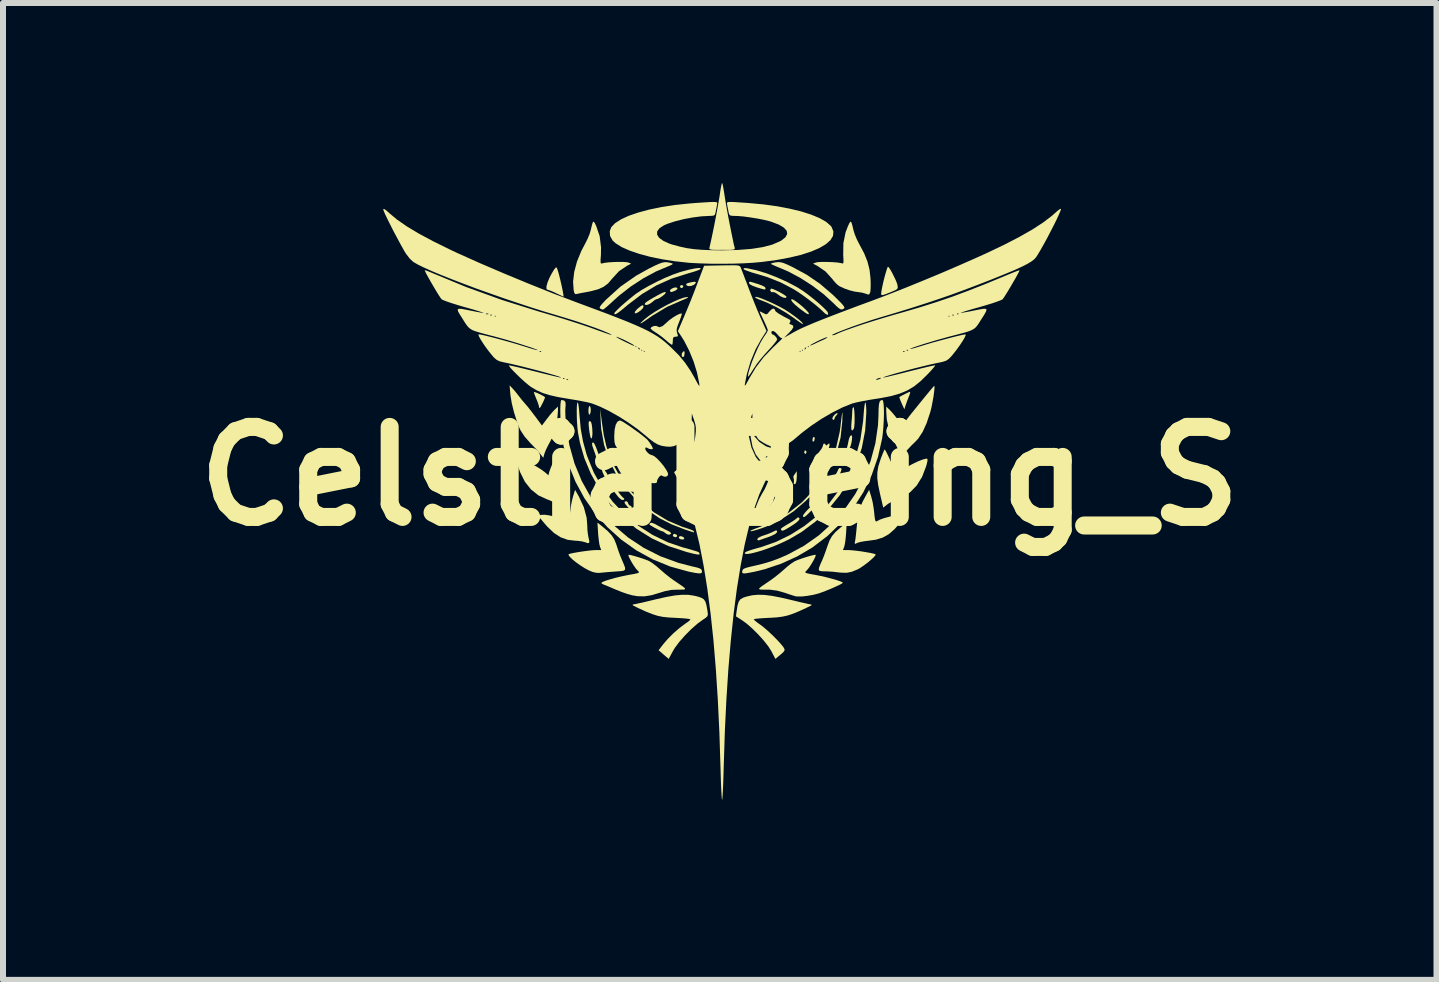
<source format=kicad_pcb>
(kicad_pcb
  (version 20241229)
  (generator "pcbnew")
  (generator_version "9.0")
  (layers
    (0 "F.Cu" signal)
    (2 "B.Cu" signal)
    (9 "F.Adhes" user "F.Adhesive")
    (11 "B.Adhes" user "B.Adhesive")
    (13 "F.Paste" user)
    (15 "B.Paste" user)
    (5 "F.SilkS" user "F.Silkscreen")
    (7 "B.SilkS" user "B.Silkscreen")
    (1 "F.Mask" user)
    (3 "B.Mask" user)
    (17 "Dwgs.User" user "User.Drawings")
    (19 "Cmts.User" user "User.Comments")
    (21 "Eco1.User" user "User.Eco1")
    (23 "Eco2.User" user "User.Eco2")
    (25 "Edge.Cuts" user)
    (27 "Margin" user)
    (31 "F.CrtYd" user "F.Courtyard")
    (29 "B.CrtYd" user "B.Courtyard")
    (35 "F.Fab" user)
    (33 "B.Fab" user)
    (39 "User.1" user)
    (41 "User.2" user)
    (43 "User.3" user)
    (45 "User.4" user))
  (footprint "CelstialBeing_S"
    (layer "F.Cu")
    (at 8.943 4.885)
    (property "Reference" "CelstialBeing_S" (at 0 0 0) (layer "F.SilkS") (effects (font (size 1.5 1.5) (thickness 0.3))))
    (attr board_only exclude_from_pos_files exclude_from_bom)
    (fp_poly (pts (xy -0.716 0.977) (xy -0.709 1) (xy -0.729 1.015) (xy -0.741 1.016) (xy -0.774 1.004) (xy -0.782 0.985) (xy -0.767 0.962) (xy -0.749 0.961)) (stroke (width 0) (type solid)) (fill yes) (layer "F.SilkS"))
    (fp_poly (pts (xy -0.609 -3.175) (xy -0.606 -3.166) (xy -0.619 -3.141) (xy -0.644 -3.135) (xy -0.652 -3.14) (xy -0.664 -3.168) (xy -0.643 -3.184) (xy -0.635 -3.185)) (stroke (width 0) (type solid)) (fill yes) (layer "F.SilkS"))
    (fp_poly (pts (xy 1.444 -0.414) (xy 1.446 -0.401) (xy 1.435 -0.375) (xy 1.426 -0.371) (xy 1.409 -0.387) (xy 1.407 -0.401) (xy 1.417 -0.427) (xy 1.426 -0.43)) (stroke (width 0) (type solid)) (fill yes) (layer "F.SilkS"))
    (fp_poly (pts (xy 1.579 -0.649) (xy 1.583 -0.628) (xy 1.574 -0.59) (xy 1.563 -0.576) (xy 1.548 -0.582) (xy 1.544 -0.603) (xy 1.552 -0.641) (xy 1.563 -0.655)) (stroke (width 0) (type solid)) (fill yes) (layer "F.SilkS"))
    (fp_poly (pts (xy -0.641 1) (xy -0.605 1.014) (xy -0.591 1.035) (xy -0.601 1.052) (xy -0.62 1.055) (xy -0.658 1.049) (xy -0.671 1.042) (xy -0.684 1.014) (xy -0.664 1)) (stroke (width 0) (type solid)) (fill yes) (layer "F.SilkS"))
    (fp_poly (pts (xy -0.587 -2.073) (xy -0.586 -2.047) (xy -0.593 -2.002) (xy -0.609 -1.983) (xy -0.628 -1.994) (xy -0.634 -2.006) (xy -0.631 -2.046) (xy -0.616 -2.069) (xy -0.595 -2.086)) (stroke (width 0) (type solid)) (fill yes) (layer "F.SilkS"))
    (fp_poly (pts (xy 2.076 -0.237) (xy 2.079 -0.207) (xy 2.078 -0.205) (xy 2.056 -0.178) (xy 2.03 -0.184) (xy 2.025 -0.191) (xy 2.025 -0.22) (xy 2.031 -0.233) (xy 2.055 -0.249)) (stroke (width 0) (type solid)) (fill yes) (layer "F.SilkS"))
    (fp_poly (pts (xy 1.686 0.369) (xy 1.687 0.37) (xy 1.694 0.395) (xy 1.669 0.43) (xy 1.667 0.432) (xy 1.635 0.455) (xy 1.615 0.455) (xy 1.615 0.455) (xy 1.617 0.427) (xy 1.635 0.392) (xy 1.663 0.363)) (stroke (width 0) (type solid)) (fill yes) (layer "F.SilkS"))
    (fp_poly (pts (xy -2.156 -1.155) (xy -2.149 -1.113) (xy -2.149 -1.105) (xy -2.154 -1.056) (xy -2.167 -1.027) (xy -2.169 -1.026) (xy -2.182 -1.035) (xy -2.188 -1.076) (xy -2.188 -1.093) (xy -2.184 -1.142) (xy -2.173 -1.17) (xy -2.169 -1.172)) (stroke (width 0) (type solid)) (fill yes) (layer "F.SilkS"))
    (fp_poly (pts (xy -1.942 -0.128) (xy -1.914 -0.097) (xy -1.872 -0.032) (xy -1.847 0.027) (xy -1.844 0.069) (xy -1.85 0.08) (xy -1.871 0.076) (xy -1.902 0.035) (xy -1.926 -0.008) (xy -1.954 -0.07) (xy -1.966 -0.114) (xy -1.962 -0.135)) (stroke (width 0) (type solid)) (fill yes) (layer "F.SilkS"))
    (fp_poly (pts (xy -0.706 -3.137) (xy -0.709 -3.116) (xy -0.739 -3.093) (xy -0.754 -3.087) (xy -0.796 -3.071) (xy -0.816 -3.07) (xy -0.828 -3.083) (xy -0.83 -3.086) (xy -0.824 -3.107) (xy -0.794 -3.129) (xy -0.752 -3.144) (xy -0.734 -3.146)) (stroke (width 0) (type solid)) (fill yes) (layer "F.SilkS"))
    (fp_poly (pts (xy -0.399 -3.234) (xy -0.402 -3.218) (xy -0.429 -3.19) (xy -0.474 -3.171) (xy -0.521 -3.167) (xy -0.553 -3.18) (xy -0.556 -3.183) (xy -0.559 -3.202) (xy -0.538 -3.216) (xy -0.485 -3.23) (xy -0.464 -3.234) (xy -0.417 -3.241)) (stroke (width 0) (type solid)) (fill yes) (layer "F.SilkS"))
    (fp_poly (pts (xy -1.271 -2.838) (xy -1.27 -2.826) (xy -1.283 -2.797) (xy -1.316 -2.764) (xy -1.357 -2.734) (xy -1.394 -2.715) (xy -1.417 -2.716) (xy -1.418 -2.717) (xy -1.412 -2.742) (xy -1.383 -2.778) (xy -1.365 -2.795) (xy -1.313 -2.836) (xy -1.283 -2.85)) (stroke (width 0) (type solid)) (fill yes) (layer "F.SilkS"))
    (fp_poly (pts (xy 1.964 -1.051) (xy 1.96 -1.033) (xy 1.945 -1.016) (xy 1.919 -0.983) (xy 1.915 -0.965) (xy 1.903 -0.94) (xy 1.895 -0.938) (xy 1.877 -0.953) (xy 1.876 -0.964) (xy 1.887 -0.993) (xy 1.914 -1.025) (xy 1.944 -1.048) (xy 1.964 -1.051)) (stroke (width 0) (type solid)) (fill yes) (layer "F.SilkS"))
    (fp_poly (pts (xy -1.531 0.435) (xy -1.524 0.46) (xy -1.508 0.485) (xy -1.495 0.488) (xy -1.471 0.505) (xy -1.465 0.528) (xy -1.467 0.556) (xy -1.477 0.562) (xy -1.502 0.544) (xy -1.541 0.504) (xy -1.578 0.46) (xy -1.587 0.429) (xy -1.584 0.424) (xy -1.556 0.416)) (stroke (width 0) (type solid)) (fill yes) (layer "F.SilkS"))
    (fp_poly (pts (xy -1.395 0.586) (xy -1.355 0.608) (xy -1.307 0.641) (xy -1.26 0.676) (xy -1.225 0.707) (xy -1.211 0.726) (xy -1.224 0.748) (xy -1.26 0.741) (xy -1.319 0.703) (xy -1.336 0.691) (xy -1.391 0.645) (xy -1.419 0.616) (xy -1.424 0.595) (xy -1.414 0.581)) (stroke (width 0) (type solid)) (fill yes) (layer "F.SilkS"))
    (fp_poly (pts (xy 1.282 -0.077) (xy 1.284 -0.043) (xy 1.284 0.008) (xy 1.277 0.085) (xy 1.262 0.125) (xy 1.252 0.133) (xy 1.233 0.129) (xy 1.235 0.102) (xy 1.237 0.058) (xy 1.23 0.037) (xy 1.227 0.001) (xy 1.239 -0.019) (xy 1.267 -0.059) (xy 1.276 -0.078)) (stroke (width 0) (type solid)) (fill yes) (layer "F.SilkS"))
    (fp_poly (pts (xy 1.584 0.481) (xy 1.571 0.514) (xy 1.534 0.564) (xy 1.5 0.6) (xy 1.444 0.654) (xy 1.409 0.68) (xy 1.391 0.678) (xy 1.387 0.659) (xy 1.4 0.634) (xy 1.433 0.593) (xy 1.476 0.547) (xy 1.52 0.504) (xy 1.555 0.475) (xy 1.569 0.469)) (stroke (width 0) (type solid)) (fill yes) (layer "F.SilkS"))
    (fp_poly (pts (xy -2.147 -0.907) (xy -2.134 -0.87) (xy -2.125 -0.801) (xy -2.124 -0.786) (xy -2.121 -0.716) (xy -2.125 -0.663) (xy -2.133 -0.632) (xy -2.144 -0.63) (xy -2.156 -0.657) (xy -2.164 -0.696) (xy -2.174 -0.758) (xy -2.18 -0.806) (xy -2.185 -0.871) (xy -2.183 -0.905) (xy -2.171 -0.918) (xy -2.164 -0.918)) (stroke (width 0) (type solid)) (fill yes) (layer "F.SilkS"))
    (fp_poly (pts (xy -2.107 -0.562) (xy -2.088 -0.54) (xy -2.061 -0.481) (xy -2.026 -0.385) (xy -1.984 -0.256) (xy -1.981 -0.223) (xy -2.001 -0.215) (xy -2.026 -0.233) (xy -2.049 -0.285) (xy -2.053 -0.298) (xy -2.074 -0.368) (xy -2.098 -0.434) (xy -2.102 -0.445) (xy -2.124 -0.509) (xy -2.128 -0.55) (xy -2.113 -0.564)) (stroke (width 0) (type solid)) (fill yes) (layer "F.SilkS"))
    (fp_poly (pts (xy 3.173 -1.391) (xy 3.161 -1.352) (xy 3.153 -1.333) (xy 3.126 -1.264) (xy 3.101 -1.193) (xy 3.099 -1.188) (xy 3.076 -1.115) (xy 3.031 -1.214) (xy 3.008 -1.269) (xy 2.994 -1.307) (xy 2.993 -1.318) (xy 3.017 -1.334) (xy 3.061 -1.357) (xy 3.111 -1.382) (xy 3.152 -1.401) (xy 3.17 -1.407)) (stroke (width 0) (type solid)) (fill yes) (layer "F.SilkS"))
    (fp_poly (pts (xy 1.231 -2.938) (xy 1.279 -2.906) (xy 1.336 -2.862) (xy 1.393 -2.813) (xy 1.443 -2.766) (xy 1.476 -2.729) (xy 1.485 -2.712) (xy 1.48 -2.699) (xy 1.461 -2.703) (xy 1.423 -2.726) (xy 1.363 -2.77) (xy 1.329 -2.796) (xy 1.26 -2.853) (xy 1.213 -2.9) (xy 1.19 -2.934) (xy 1.196 -2.95) (xy 1.202 -2.95)) (stroke (width 0) (type solid)) (fill yes) (layer "F.SilkS"))
    (fp_poly (pts (xy -3.077 -1.4) (xy -3.035 -1.384) (xy -2.986 -1.361) (xy -2.941 -1.337) (xy -2.914 -1.318) (xy -2.911 -1.313) (xy -2.92 -1.289) (xy -2.94 -1.242) (xy -2.96 -1.202) (xy -2.988 -1.15) (xy -3.005 -1.133) (xy -3.009 -1.143) (xy -3.017 -1.182) (xy -3.037 -1.241) (xy -3.057 -1.29) (xy -3.08 -1.347) (xy -3.095 -1.389) (xy -3.097 -1.403)) (stroke (width 0) (type solid)) (fill yes) (layer "F.SilkS"))
    (fp_poly (pts (xy -1.773 0.144) (xy -1.738 0.189) (xy -1.695 0.254) (xy -1.658 0.306) (xy -1.621 0.348) (xy -1.614 0.353) (xy -1.59 0.377) (xy -1.595 0.391) (xy -1.608 0.396) (xy -1.64 0.391) (xy -1.683 0.354) (xy -1.706 0.326) (xy -1.77 0.244) (xy -1.809 0.186) (xy -1.825 0.149) (xy -1.819 0.129) (xy -1.817 0.127) (xy -1.798 0.125)) (stroke (width 0) (type solid)) (fill yes) (layer "F.SilkS"))
    (fp_poly (pts (xy 0.514 -3.239) (xy 0.554 -3.228) (xy 0.624 -3.206) (xy 0.633 -3.204) (xy 0.709 -3.176) (xy 0.753 -3.151) (xy 0.762 -3.135) (xy 0.761 -3.119) (xy 0.753 -3.111) (xy 0.73 -3.114) (xy 0.686 -3.126) (xy 0.611 -3.149) (xy 0.611 -3.149) (xy 0.541 -3.176) (xy 0.499 -3.2) (xy 0.488 -3.216) (xy 0.489 -3.232) (xy 0.495 -3.24)) (stroke (width 0) (type solid)) (fill yes) (layer "F.SilkS"))
    (fp_poly (pts (xy 0.951 0.905) (xy 0.957 0.932) (xy 0.924 0.963) (xy 0.854 0.997) (xy 0.809 1.014) (xy 0.739 1.038) (xy 0.683 1.058) (xy 0.651 1.069) (xy 0.65 1.069) (xy 0.629 1.063) (xy 0.625 1.049) (xy 0.644 1.025) (xy 0.699 0.998) (xy 0.738 0.985) (xy 0.807 0.961) (xy 0.867 0.936) (xy 0.894 0.922) (xy 0.931 0.905)) (stroke (width 0) (type solid)) (fill yes) (layer "F.SilkS"))
    (fp_poly (pts (xy 2.236 -1.135) (xy 2.242 -1.089) (xy 2.246 -1.024) (xy 2.247 -0.951) (xy 2.246 -0.881) (xy 2.241 -0.824) (xy 2.235 -0.793) (xy 2.214 -0.766) (xy 2.203 -0.762) (xy 2.193 -0.781) (xy 2.191 -0.836) (xy 2.195 -0.894) (xy 2.202 -0.973) (xy 2.206 -1.045) (xy 2.208 -1.089) (xy 2.213 -1.132) (xy 2.226 -1.153) (xy 2.227 -1.153)) (stroke (width 0) (type solid)) (fill yes) (layer "F.SilkS"))
    (fp_poly (pts (xy 0.891 -3.117) (xy 0.941 -3.095) (xy 0.999 -3.066) (xy 1.055 -3.034) (xy 1.096 -3.007) (xy 1.114 -2.99) (xy 1.114 -2.989) (xy 1.1 -2.971) (xy 1.064 -2.975) (xy 1.015 -2.997) (xy 0.983 -3.019) (xy 0.94 -3.05) (xy 0.91 -3.065) (xy 0.905 -3.066) (xy 0.859 -3.068) (xy 0.84 -3.094) (xy 0.84 -3.097) (xy 0.851 -3.123) (xy 0.86 -3.126)) (stroke (width 0) (type solid)) (fill yes) (layer "F.SilkS"))
    (fp_poly (pts (xy 2.024 -0.131) (xy 2.029 -0.11) (xy 2.015 -0.069) (xy 1.983 -0.005) (xy 1.933 0.079) (xy 1.863 0.193) (xy 1.809 0.273) (xy 1.77 0.322) (xy 1.744 0.34) (xy 1.73 0.331) (xy 1.736 0.303) (xy 1.761 0.25) (xy 1.802 0.178) (xy 1.846 0.109) (xy 1.896 0.031) (xy 1.937 -0.037) (xy 1.964 -0.086) (xy 1.973 -0.111) (xy 1.989 -0.134) (xy 2.003 -0.137)) (stroke (width 0) (type solid)) (fill yes) (layer "F.SilkS"))
    (fp_poly (pts (xy -0.9 -3.066) (xy -0.899 -3.061) (xy -0.914 -3.036) (xy -0.952 -3.004) (xy -0.998 -2.973) (xy -1.04 -2.953) (xy -1.055 -2.95) (xy -1.08 -2.938) (xy -1.118 -2.908) (xy -1.125 -2.901) (xy -1.17 -2.87) (xy -1.212 -2.854) (xy -1.243 -2.855) (xy -1.25 -2.87) (xy -1.243 -2.885) (xy -1.219 -2.906) (xy -1.172 -2.936) (xy -1.099 -2.979) (xy -1.031 -3.017) (xy -0.96 -3.054) (xy -0.917 -3.069)) (stroke (width 0) (type solid)) (fill yes) (layer "F.SilkS"))
    (fp_poly (pts (xy 1.326 0.698) (xy 1.329 0.713) (xy 1.313 0.739) (xy 1.273 0.775) (xy 1.226 0.808) (xy 1.145 0.859) (xy 1.09 0.891) (xy 1.056 0.906) (xy 1.036 0.907) (xy 1.025 0.897) (xy 1.024 0.897) (xy 1.019 0.884) (xy 1.024 0.871) (xy 1.046 0.853) (xy 1.09 0.825) (xy 1.161 0.783) (xy 1.167 0.78) (xy 1.223 0.745) (xy 1.265 0.716) (xy 1.281 0.702) (xy 1.305 0.684)) (stroke (width 0) (type solid)) (fill yes) (layer "F.SilkS"))
    (fp_poly (pts (xy -1.081 0.795) (xy -1.037 0.82) (xy -0.968 0.858) (xy -0.901 0.893) (xy -0.867 0.908) (xy -0.826 0.931) (xy -0.81 0.953) (xy -0.811 0.957) (xy -0.841 0.976) (xy -0.883 0.965) (xy -0.906 0.948) (xy -0.939 0.924) (xy -0.957 0.918) (xy -0.983 0.91) (xy -1.029 0.888) (xy -1.085 0.859) (xy -1.136 0.83) (xy -1.17 0.808) (xy -1.171 0.807) (xy -1.167 0.79) (xy -1.159 0.78) (xy -1.132 0.776)) (stroke (width 0) (type solid)) (fill yes) (layer "F.SilkS"))
    (fp_poly (pts (xy -0.531 -2.985) (xy -0.531 -2.976) (xy -0.562 -2.959) (xy -0.617 -2.936) (xy -0.625 -2.933) (xy -0.88 -2.821) (xy -1.121 -2.676) (xy -1.159 -2.65) (xy -1.24 -2.593) (xy -1.294 -2.557) (xy -1.321 -2.544) (xy -1.319 -2.553) (xy -1.287 -2.585) (xy -1.25 -2.618) (xy -1.176 -2.676) (xy -1.083 -2.738) (xy -0.979 -2.8) (xy -0.872 -2.858) (xy -0.767 -2.909) (xy -0.673 -2.95) (xy -0.595 -2.977) (xy -0.54 -2.986)) (stroke (width 0) (type solid)) (fill yes) (layer "F.SilkS"))
    (fp_poly (pts (xy 2.199 -0.679) (xy 2.206 -0.651) (xy 2.202 -0.6) (xy 2.191 -0.541) (xy 2.175 -0.49) (xy 2.159 -0.462) (xy 2.141 -0.435) (xy 2.142 -0.424) (xy 2.146 -0.397) (xy 2.134 -0.353) (xy 2.113 -0.309) (xy 2.089 -0.278) (xy 2.078 -0.274) (xy 2.058 -0.284) (xy 2.062 -0.318) (xy 2.08 -0.368) (xy 2.101 -0.42) (xy 2.122 -0.48) (xy 2.138 -0.549) (xy 2.139 -0.557) (xy 2.154 -0.625) (xy 2.173 -0.669) (xy 2.192 -0.683)) (stroke (width 0) (type solid)) (fill yes) (layer "F.SilkS"))
    (fp_poly (pts (xy -2.716 -3.476) (xy -2.703 -3.441) (xy -2.685 -3.382) (xy -2.666 -3.308) (xy -2.646 -3.226) (xy -2.628 -3.145) (xy -2.614 -3.074) (xy -2.605 -3.02) (xy -2.603 -2.993) (xy -2.605 -2.991) (xy -2.623 -3) (xy -2.666 -3.021) (xy -2.726 -3.049) (xy -2.79 -3.079) (xy -2.842 -3.099) (xy -2.87 -3.107) (xy -2.888 -3.122) (xy -2.887 -3.166) (xy -2.869 -3.23) (xy -2.835 -3.311) (xy -2.802 -3.374) (xy -2.761 -3.443) (xy -2.733 -3.477) (xy -2.717 -3.477)) (stroke (width 0) (type solid)) (fill yes) (layer "F.SilkS"))
    (fp_poly (pts (xy 0.641 -2.981) (xy 0.707 -2.958) (xy 0.789 -2.923) (xy 0.879 -2.883) (xy 0.969 -2.839) (xy 1.051 -2.796) (xy 1.101 -2.766) (xy 1.182 -2.713) (xy 1.256 -2.659) (xy 1.319 -2.61) (xy 1.365 -2.569) (xy 1.387 -2.542) (xy 1.387 -2.535) (xy 1.368 -2.543) (xy 1.327 -2.569) (xy 1.269 -2.61) (xy 1.241 -2.632) (xy 1.107 -2.723) (xy 0.956 -2.811) (xy 0.805 -2.885) (xy 0.713 -2.922) (xy 0.645 -2.948) (xy 0.602 -2.97) (xy 0.587 -2.985) (xy 0.602 -2.989)) (stroke (width 0) (type solid)) (fill yes) (layer "F.SilkS"))
    (fp_poly (pts (xy 2.815 -3.482) (xy 2.84 -3.446) (xy 2.871 -3.392) (xy 2.903 -3.328) (xy 2.933 -3.265) (xy 2.954 -3.212) (xy 2.962 -3.181) (xy 2.966 -3.145) (xy 2.958 -3.121) (xy 2.93 -3.102) (xy 2.875 -3.078) (xy 2.859 -3.071) (xy 2.777 -3.038) (xy 2.725 -3.02) (xy 2.698 -3.018) (xy 2.689 -3.034) (xy 2.692 -3.069) (xy 2.699 -3.11) (xy 2.711 -3.171) (xy 2.728 -3.247) (xy 2.748 -3.327) (xy 2.769 -3.4) (xy 2.787 -3.458) (xy 2.8 -3.489) (xy 2.801 -3.492)) (stroke (width 0) (type solid)) (fill yes) (layer "F.SilkS"))
    (fp_poly (pts (xy -0.865 -3.563) (xy -0.814 -3.553) (xy -0.785 -3.542) (xy -0.782 -3.538) (xy -0.798 -3.524) (xy -0.839 -3.505) (xy -0.855 -3.499) (xy -1.062 -3.412) (xy -1.276 -3.296) (xy -1.486 -3.159) (xy -1.68 -3.007) (xy -1.765 -2.93) (xy -1.832 -2.869) (xy -1.888 -2.819) (xy -1.929 -2.786) (xy -1.947 -2.775) (xy -1.976 -2.785) (xy -1.993 -2.794) (xy -2.002 -2.807) (xy -1.993 -2.83) (xy -1.964 -2.868) (xy -1.91 -2.926) (xy -1.885 -2.951) (xy -1.652 -3.161) (xy -1.392 -3.342) (xy -1.182 -3.459) (xy -1.085 -3.507) (xy -1.014 -3.539) (xy -0.962 -3.558) (xy -0.922 -3.566) (xy -0.886 -3.566)) (stroke (width 0) (type solid)) (fill yes) (layer "F.SilkS"))
    (fp_poly (pts (xy 1.02 -3.564) (xy 1.067 -3.551) (xy 1.129 -3.525) (xy 1.211 -3.486) (xy 1.451 -3.356) (xy 1.669 -3.207) (xy 1.877 -3.029) (xy 1.908 -3) (xy 1.986 -2.923) (xy 2.038 -2.869) (xy 2.068 -2.832) (xy 2.078 -2.809) (xy 2.072 -2.796) (xy 2.071 -2.795) (xy 2.043 -2.78) (xy 2.016 -2.78) (xy 1.983 -2.8) (xy 1.936 -2.842) (xy 1.895 -2.883) (xy 1.733 -3.031) (xy 1.546 -3.173) (xy 1.346 -3.302) (xy 1.146 -3.409) (xy 1.032 -3.458) (xy 0.958 -3.489) (xy 0.898 -3.515) (xy 0.86 -3.533) (xy 0.854 -3.537) (xy 0.862 -3.547) (xy 0.899 -3.558) (xy 0.932 -3.563) (xy 0.978 -3.568)) (stroke (width 0) (type solid)) (fill yes) (layer "F.SilkS"))
    (fp_poly (pts (xy -1.963 -0.891) (xy -1.932 -0.683) (xy -1.89 -0.501) (xy -1.835 -0.335) (xy -1.778 -0.201) (xy -1.648 0.033) (xy -1.488 0.248) (xy -1.301 0.44) (xy -1.092 0.605) (xy -0.865 0.741) (xy -0.624 0.843) (xy -0.542 0.869) (xy -0.483 0.889) (xy -0.442 0.908) (xy -0.43 0.92) (xy -0.434 0.937) (xy -0.435 0.937) (xy -0.454 0.93) (xy -0.501 0.915) (xy -0.566 0.893) (xy -0.577 0.89) (xy -0.803 0.802) (xy -1.003 0.7) (xy -1.185 0.577) (xy -1.361 0.425) (xy -1.384 0.403) (xy -1.572 0.195) (xy -1.725 -0.03) (xy -1.845 -0.271) (xy -1.928 -0.524) (xy -1.975 -0.787) (xy -1.983 -0.909) (xy -1.992 -1.123)) (stroke (width 0) (type solid)) (fill yes) (layer "F.SilkS"))
    (fp_poly (pts (xy -0.319 -3.465) (xy -0.317 -3.455) (xy -0.338 -3.441) (xy -0.389 -3.421) (xy -0.462 -3.398) (xy -0.532 -3.378) (xy -0.804 -3.292) (xy -1.055 -3.18) (xy -1.292 -3.038) (xy -1.524 -2.862) (xy -1.554 -2.837) (xy -1.638 -2.767) (xy -1.697 -2.722) (xy -1.735 -2.7) (xy -1.754 -2.7) (xy -1.758 -2.715) (xy -1.744 -2.736) (xy -1.705 -2.776) (xy -1.647 -2.831) (xy -1.576 -2.893) (xy -1.498 -2.959) (xy -1.419 -3.022) (xy -1.393 -3.042) (xy -1.302 -3.103) (xy -1.185 -3.17) (xy -1.052 -3.239) (xy -0.914 -3.304) (xy -0.782 -3.359) (xy -0.665 -3.4) (xy -0.645 -3.406) (xy -0.515 -3.441) (xy -0.416 -3.462) (xy -0.35 -3.47)) (stroke (width 0) (type solid)) (fill yes) (layer "F.SilkS"))
    (fp_poly (pts (xy 0.463 -3.464) (xy 0.61 -3.432) (xy 0.777 -3.381) (xy 0.952 -3.314) (xy 1.124 -3.236) (xy 1.282 -3.153) (xy 1.384 -3.09) (xy 1.458 -3.036) (xy 1.539 -2.973) (xy 1.62 -2.907) (xy 1.693 -2.843) (xy 1.752 -2.787) (xy 1.79 -2.746) (xy 1.798 -2.734) (xy 1.808 -2.7) (xy 1.795 -2.689) (xy 1.764 -2.704) (xy 1.737 -2.728) (xy 1.677 -2.785) (xy 1.594 -2.856) (xy 1.497 -2.932) (xy 1.395 -3.007) (xy 1.298 -3.074) (xy 1.231 -3.116) (xy 1.018 -3.228) (xy 0.795 -3.317) (xy 0.603 -3.375) (xy 0.521 -3.399) (xy 0.453 -3.423) (xy 0.409 -3.442) (xy 0.396 -3.452) (xy 0.403 -3.467) (xy 0.441 -3.467)) (stroke (width 0) (type solid)) (fill yes) (layer "F.SilkS"))
    (fp_poly (pts (xy 1.828 -0.543) (xy 1.829 -0.518) (xy 1.818 -0.468) (xy 1.798 -0.403) (xy 1.773 -0.332) (xy 1.747 -0.267) (xy 1.723 -0.216) (xy 1.706 -0.193) (xy 1.675 -0.154) (xy 1.659 -0.123) (xy 1.637 -0.088) (xy 1.615 -0.08) (xy 1.603 -0.1) (xy 1.602 -0.109) (xy 1.592 -0.13) (xy 1.558 -0.126) (xy 1.512 -0.107) (xy 1.489 -0.092) (xy 1.485 -0.098) (xy 1.497 -0.132) (xy 1.523 -0.188) (xy 1.533 -0.209) (xy 1.575 -0.285) (xy 1.621 -0.357) (xy 1.659 -0.409) (xy 1.661 -0.411) (xy 1.697 -0.458) (xy 1.717 -0.5) (xy 1.719 -0.512) (xy 1.73 -0.542) (xy 1.751 -0.542) (xy 1.765 -0.523) (xy 1.778 -0.51) (xy 1.795 -0.527) (xy 1.818 -0.545)) (stroke (width 0) (type solid)) (fill yes) (layer "F.SilkS"))
    (fp_poly (pts (xy 2.045 -1.033) (xy 2.043 -0.97) (xy 2.041 -0.909) (xy 2.013 -0.643) (xy 1.946 -0.386) (xy 1.844 -0.141) (xy 1.706 0.091) (xy 1.534 0.308) (xy 1.432 0.412) (xy 1.23 0.585) (xy 1.018 0.724) (xy 0.798 0.829) (xy 0.71 0.863) (xy 0.63 0.89) (xy 0.566 0.908) (xy 0.524 0.917) (xy 0.509 0.913) (xy 0.512 0.908) (xy 0.536 0.896) (xy 0.587 0.875) (xy 0.655 0.851) (xy 0.665 0.847) (xy 0.921 0.741) (xy 1.156 0.603) (xy 1.367 0.437) (xy 1.553 0.244) (xy 1.711 0.029) (xy 1.84 -0.208) (xy 1.936 -0.463) (xy 1.998 -0.734) (xy 2.011 -0.824) (xy 2.024 -0.939) (xy 2.034 -1.017) (xy 2.041 -1.057) (xy 2.044 -1.062)) (stroke (width 0) (type solid)) (fill yes) (layer "F.SilkS"))
    (fp_poly (pts (xy -2.349 0.336) (xy -2.265 0.516) (xy -2.218 0.691) (xy -2.208 0.815) (xy -2.205 0.897) (xy -2.196 0.974) (xy -2.187 1.022) (xy -2.173 1.083) (xy -2.177 1.112) (xy -2.202 1.115) (xy -2.237 1.102) (xy -2.291 1.087) (xy -2.363 1.077) (xy -2.403 1.075) (xy -2.533 1.06) (xy -2.651 1.018) (xy -2.763 0.945) (xy -2.875 0.838) (xy -2.923 0.783) (xy -3.03 0.655) (xy -2.975 0.644) (xy -2.916 0.642) (xy -2.834 0.654) (xy -2.74 0.676) (xy -2.648 0.705) (xy -2.604 0.723) (xy -2.559 0.742) (xy -2.531 0.747) (xy -2.514 0.733) (xy -2.504 0.694) (xy -2.496 0.623) (xy -2.492 0.586) (xy -2.48 0.495) (xy -2.46 0.397) (xy -2.446 0.343) (xy -2.411 0.227)) (stroke (width 0) (type solid)) (fill yes) (layer "F.SilkS"))
    (fp_poly (pts (xy 0.047 -4.867) (xy 0.057 -4.818) (xy 0.069 -4.748) (xy 0.076 -4.704) (xy 0.087 -4.633) (xy 0.103 -4.536) (xy 0.124 -4.42) (xy 0.147 -4.295) (xy 0.172 -4.168) (xy 0.196 -4.048) (xy 0.218 -3.942) (xy 0.235 -3.86) (xy 0.247 -3.815) (xy 0.251 -3.796) (xy 0.246 -3.783) (xy 0.226 -3.776) (xy 0.185 -3.772) (xy 0.115 -3.771) (xy 0.039 -3.771) (xy -0.056 -3.771) (xy -0.118 -3.773) (xy -0.154 -3.777) (xy -0.17 -3.786) (xy -0.173 -3.8) (xy -0.17 -3.815) (xy -0.147 -3.916) (xy -0.121 -4.039) (xy -0.093 -4.175) (xy -0.066 -4.314) (xy -0.041 -4.448) (xy -0.02 -4.566) (xy -0.004 -4.66) (xy 0.001 -4.694) (xy 0.013 -4.775) (xy 0.025 -4.838) (xy 0.034 -4.877) (xy 0.039 -4.885)) (stroke (width 0) (type solid)) (fill yes) (layer "F.SilkS"))
    (fp_poly (pts (xy 2.525 0.343) (xy 2.547 0.43) (xy 2.564 0.529) (xy 2.571 0.586) (xy 2.58 0.673) (xy 2.588 0.726) (xy 2.598 0.751) (xy 2.611 0.754) (xy 2.623 0.747) (xy 2.665 0.725) (xy 2.734 0.7) (xy 2.817 0.677) (xy 2.902 0.658) (xy 2.978 0.647) (xy 3.012 0.645) (xy 3.109 0.645) (xy 3.016 0.764) (xy 2.914 0.881) (xy 2.817 0.966) (xy 2.715 1.023) (xy 2.6 1.058) (xy 2.493 1.073) (xy 2.412 1.083) (xy 2.341 1.096) (xy 2.294 1.11) (xy 2.288 1.113) (xy 2.256 1.127) (xy 2.248 1.117) (xy 2.255 1.082) (xy 2.262 1.039) (xy 2.27 0.968) (xy 2.279 0.881) (xy 2.285 0.821) (xy 2.298 0.694) (xy 2.317 0.593) (xy 2.345 0.503) (xy 2.387 0.412) (xy 2.425 0.341) (xy 2.489 0.227)) (stroke (width 0) (type solid)) (fill yes) (layer "F.SilkS"))
    (fp_poly (pts (xy -3.458 -1.468) (xy -3.42 -1.426) (xy -3.373 -1.368) (xy -3.345 -1.332) (xy -3.298 -1.272) (xy -3.251 -1.217) (xy -3.23 -1.193) (xy -3.198 -1.155) (xy -3.15 -1.095) (xy -3.097 -1.025) (xy -3.073 -0.994) (xy -2.963 -0.845) (xy -2.88 -0.955) (xy -2.83 -1.019) (xy -2.781 -1.076) (xy -2.747 -1.112) (xy -2.696 -1.16) (xy -2.696 -1.089) (xy -2.711 -0.904) (xy -2.753 -0.734) (xy -2.818 -0.592) (xy -2.859 -0.516) (xy -2.895 -0.443) (xy -2.918 -0.386) (xy -2.919 -0.383) (xy -2.941 -0.307) (xy -2.992 -0.373) (xy -3.03 -0.419) (xy -3.086 -0.48) (xy -3.149 -0.545) (xy -3.163 -0.56) (xy -3.251 -0.66) (xy -3.316 -0.759) (xy -3.333 -0.792) (xy -3.383 -0.922) (xy -3.429 -1.068) (xy -3.465 -1.214) (xy -3.487 -1.346) (xy -3.49 -1.375) (xy -3.502 -1.514)) (stroke (width 0) (type solid)) (fill yes) (layer "F.SilkS"))
    (fp_poly (pts (xy -2.658 -0.427) (xy -2.638 -0.379) (xy -2.613 -0.314) (xy -2.609 -0.303) (xy -2.569 -0.176) (xy -2.549 -0.056) (xy -2.55 0.069) (xy -2.572 0.21) (xy -2.593 0.306) (xy -2.648 0.523) (xy -2.711 0.47) (xy -2.767 0.433) (xy -2.84 0.399) (xy -2.879 0.385) (xy -3.022 0.319) (xy -3.145 0.221) (xy -3.247 0.092) (xy -3.327 -0.068) (xy -3.362 -0.171) (xy -3.38 -0.239) (xy -3.385 -0.277) (xy -3.377 -0.292) (xy -3.371 -0.293) (xy -3.318 -0.283) (xy -3.241 -0.254) (xy -3.153 -0.213) (xy -3.061 -0.165) (xy -2.977 -0.113) (xy -2.909 -0.063) (xy -2.898 -0.053) (xy -2.855 -0.015) (xy -2.841 -0.071) (xy -2.827 -0.112) (xy -2.803 -0.172) (xy -2.773 -0.242) (xy -2.741 -0.312) (xy -2.711 -0.376) (xy -2.686 -0.424) (xy -2.671 -0.447) (xy -2.668 -0.447)) (stroke (width 0) (type solid)) (fill yes) (layer "F.SilkS"))
    (fp_poly (pts (xy -0.632 -2.71) (xy -0.635 -2.689) (xy -0.65 -2.642) (xy -0.674 -2.578) (xy -0.677 -2.571) (xy -0.705 -2.498) (xy -0.718 -2.448) (xy -0.717 -2.411) (xy -0.709 -2.383) (xy -0.697 -2.343) (xy -0.705 -2.328) (xy -0.734 -2.325) (xy -0.766 -2.32) (xy -0.779 -2.296) (xy -0.782 -2.257) (xy -0.785 -2.212) (xy -0.794 -2.189) (xy -0.796 -2.189) (xy -0.817 -2.201) (xy -0.858 -2.232) (xy -0.899 -2.268) (xy -0.964 -2.322) (xy -1.034 -2.373) (xy -1.07 -2.396) (xy -1.118 -2.428) (xy -1.148 -2.455) (xy -1.153 -2.464) (xy -1.136 -2.486) (xy -1.1 -2.502) (xy -1.062 -2.505) (xy -1.046 -2.499) (xy -1.004 -2.482) (xy -0.952 -2.502) (xy -0.888 -2.558) (xy -0.888 -2.558) (xy -0.843 -2.599) (xy -0.786 -2.641) (xy -0.727 -2.677) (xy -0.675 -2.703) (xy -0.64 -2.712)) (stroke (width 0) (type solid)) (fill yes) (layer "F.SilkS"))
    (fp_poly (pts (xy 3.578 -1.497) (xy 3.578 -1.46) (xy 3.571 -1.399) (xy 3.561 -1.323) (xy 3.546 -1.24) (xy 3.53 -1.157) (xy 3.512 -1.083) (xy 3.506 -1.063) (xy 3.446 -0.882) (xy 3.381 -0.739) (xy 3.309 -0.629) (xy 3.259 -0.575) (xy 3.197 -0.515) (xy 3.13 -0.444) (xy 3.094 -0.403) (xy 3.013 -0.307) (xy 2.999 -0.373) (xy 2.982 -0.421) (xy 2.951 -0.49) (xy 2.912 -0.566) (xy 2.9 -0.586) (xy 2.824 -0.758) (xy 2.783 -0.946) (xy 2.774 -1.087) (xy 2.774 -1.16) (xy 2.825 -1.112) (xy 2.863 -1.072) (xy 2.913 -1.013) (xy 2.96 -0.954) (xy 3.043 -0.843) (xy 3.108 -0.934) (xy 3.136 -0.971) (xy 3.182 -1.031) (xy 3.242 -1.105) (xy 3.309 -1.188) (xy 3.378 -1.273) (xy 3.444 -1.354) (xy 3.502 -1.424) (xy 3.546 -1.476) (xy 3.571 -1.504)) (stroke (width 0) (type solid)) (fill yes) (layer "F.SilkS"))
    (fp_poly (pts (xy 2.757 -0.435) (xy 2.779 -0.395) (xy 2.808 -0.336) (xy 2.84 -0.267) (xy 2.871 -0.196) (xy 2.898 -0.131) (xy 2.915 -0.083) (xy 2.919 -0.071) (xy 2.933 -0.015) (xy 2.976 -0.053) (xy 3.039 -0.102) (xy 3.121 -0.154) (xy 3.212 -0.204) (xy 3.302 -0.247) (xy 3.382 -0.278) (xy 3.441 -0.293) (xy 3.45 -0.293) (xy 3.461 -0.285) (xy 3.461 -0.255) (xy 3.448 -0.198) (xy 3.438 -0.164) (xy 3.372 0.01) (xy 3.281 0.156) (xy 3.167 0.272) (xy 3.031 0.356) (xy 2.941 0.391) (xy 2.873 0.419) (xy 2.805 0.46) (xy 2.793 0.469) (xy 2.724 0.523) (xy 2.669 0.287) (xy 2.64 0.148) (xy 2.625 0.034) (xy 2.626 -0.065) (xy 2.642 -0.163) (xy 2.675 -0.268) (xy 2.687 -0.303) (xy 2.713 -0.37) (xy 2.734 -0.421) (xy 2.746 -0.446) (xy 2.746 -0.447)) (stroke (width 0) (type solid)) (fill yes) (layer "F.SilkS"))
    (fp_poly (pts (xy 2.105 0.948) (xy 2.098 1.034) (xy 2.088 1.111) (xy 2.077 1.165) (xy 2.073 1.177) (xy 2.053 1.231) (xy 2.147 1.231) (xy 2.203 1.234) (xy 2.278 1.242) (xy 2.362 1.253) (xy 2.446 1.267) (xy 2.52 1.28) (xy 2.574 1.293) (xy 2.598 1.302) (xy 2.591 1.321) (xy 2.56 1.356) (xy 2.511 1.401) (xy 2.451 1.45) (xy 2.388 1.496) (xy 2.33 1.535) (xy 2.296 1.553) (xy 2.201 1.592) (xy 2.116 1.609) (xy 2.023 1.607) (xy 1.973 1.602) (xy 1.888 1.592) (xy 1.793 1.586) (xy 1.752 1.585) (xy 1.696 1.583) (xy 1.662 1.576) (xy 1.649 1.557) (xy 1.656 1.52) (xy 1.681 1.457) (xy 1.708 1.397) (xy 1.737 1.326) (xy 1.769 1.238) (xy 1.796 1.159) (xy 1.829 1.071) (xy 1.87 0.998) (xy 1.927 0.931) (xy 2.008 0.859) (xy 2.038 0.835) (xy 2.116 0.773)) (stroke (width 0) (type solid)) (fill yes) (layer "F.SilkS"))
    (fp_poly (pts (xy 2.433 -1.213) (xy 2.439 -1.164) (xy 2.442 -1.094) (xy 2.442 -1.056) (xy 2.423 -0.76) (xy 2.367 -0.471) (xy 2.276 -0.192) (xy 2.152 0.072) (xy 1.997 0.32) (xy 1.812 0.547) (xy 1.6 0.752) (xy 1.362 0.93) (xy 1.154 1.052) (xy 1.048 1.103) (xy 0.935 1.152) (xy 0.82 1.197) (xy 0.709 1.236) (xy 0.607 1.266) (xy 0.522 1.287) (xy 0.458 1.296) (xy 0.423 1.292) (xy 0.419 1.288) (xy 0.419 1.275) (xy 0.436 1.261) (xy 0.477 1.244) (xy 0.545 1.222) (xy 0.645 1.193) (xy 0.684 1.183) (xy 0.933 1.096) (xy 1.177 0.977) (xy 1.41 0.83) (xy 1.622 0.661) (xy 1.805 0.474) (xy 1.811 0.467) (xy 1.997 0.22) (xy 2.147 -0.041) (xy 2.262 -0.316) (xy 2.343 -0.608) (xy 2.389 -0.919) (xy 2.396 -1.012) (xy 2.403 -1.1) (xy 2.411 -1.17) (xy 2.419 -1.216) (xy 2.426 -1.231)) (stroke (width 0) (type solid)) (fill yes) (layer "F.SilkS"))
    (fp_poly (pts (xy -2.087 -4.225) (xy -2.064 -4.181) (xy -2.059 -4.169) (xy -2.001 -4) (xy -1.978 -3.813) (xy -1.98 -3.686) (xy -1.986 -3.61) (xy -1.986 -3.565) (xy -1.98 -3.546) (xy -1.967 -3.544) (xy -1.958 -3.546) (xy -1.915 -3.556) (xy -1.846 -3.564) (xy -1.762 -3.569) (xy -1.675 -3.571) (xy -1.598 -3.57) (xy -1.541 -3.565) (xy -1.524 -3.561) (xy -1.476 -3.542) (xy -1.544 -3.507) (xy -1.679 -3.416) (xy -1.792 -3.293) (xy -1.797 -3.287) (xy -1.861 -3.212) (xy -1.936 -3.156) (xy -2.029 -3.114) (xy -2.15 -3.082) (xy -2.227 -3.067) (xy -2.296 -3.055) (xy -2.354 -3.043) (xy -2.378 -3.037) (xy -2.407 -3.034) (xy -2.423 -3.053) (xy -2.434 -3.097) (xy -2.444 -3.242) (xy -2.425 -3.404) (xy -2.379 -3.576) (xy -2.307 -3.753) (xy -2.246 -3.869) (xy -2.205 -3.95) (xy -2.169 -4.036) (xy -2.149 -4.103) (xy -2.13 -4.184) (xy -2.116 -4.23) (xy -2.103 -4.243)) (stroke (width 0) (type solid)) (fill yes) (layer "F.SilkS"))
    (fp_poly (pts (xy -1.96 0.835) (xy -1.868 0.913) (xy -1.803 0.982) (xy -1.758 1.052) (xy -1.725 1.133) (xy -1.719 1.152) (xy -1.69 1.24) (xy -1.656 1.332) (xy -1.633 1.387) (xy -1.597 1.471) (xy -1.577 1.526) (xy -1.579 1.559) (xy -1.607 1.576) (xy -1.664 1.583) (xy -1.756 1.589) (xy -1.761 1.59) (xy -1.849 1.596) (xy -1.926 1.603) (xy -1.982 1.608) (xy -2 1.611) (xy -2.045 1.611) (xy -2.105 1.599) (xy -2.122 1.594) (xy -2.182 1.569) (xy -2.252 1.531) (xy -2.326 1.484) (xy -2.396 1.434) (xy -2.456 1.385) (xy -2.5 1.342) (xy -2.52 1.311) (xy -2.518 1.3) (xy -2.493 1.291) (xy -2.439 1.279) (xy -2.365 1.266) (xy -2.282 1.253) (xy -2.198 1.242) (xy -2.124 1.234) (xy -2.07 1.231) (xy -2.069 1.231) (xy -1.974 1.231) (xy -1.995 1.177) (xy -2.006 1.133) (xy -2.016 1.063) (xy -2.025 0.979) (xy -2.027 0.948) (xy -2.038 0.773)) (stroke (width 0) (type solid)) (fill yes) (layer "F.SilkS"))
    (fp_poly (pts (xy -2.359 -1.213) (xy -2.351 -1.163) (xy -2.343 -1.09) (xy -2.337 -1.012) (xy -2.316 -0.788) (xy -2.279 -0.582) (xy -2.223 -0.376) (xy -2.207 -0.328) (xy -2.098 -0.059) (xy -1.955 0.193) (xy -1.783 0.426) (xy -1.584 0.637) (xy -1.362 0.822) (xy -1.12 0.978) (xy -0.861 1.103) (xy -0.625 1.183) (xy -0.517 1.213) (xy -0.441 1.235) (xy -0.391 1.25) (xy -0.361 1.261) (xy -0.346 1.271) (xy -0.339 1.28) (xy -0.337 1.286) (xy -0.336 1.3) (xy -0.348 1.306) (xy -0.38 1.303) (xy -0.436 1.292) (xy -0.523 1.27) (xy -0.557 1.261) (xy -0.855 1.164) (xy -1.133 1.035) (xy -1.388 0.875) (xy -1.62 0.685) (xy -1.825 0.466) (xy -2.003 0.221) (xy -2.149 -0.044) (xy -2.255 -0.298) (xy -2.329 -0.553) (xy -2.363 -0.731) (xy -2.372 -0.815) (xy -2.379 -0.909) (xy -2.382 -1.003) (xy -2.383 -1.09) (xy -2.381 -1.162) (xy -2.376 -1.212) (xy -2.367 -1.231) (xy -2.367 -1.231)) (stroke (width 0) (type solid)) (fill yes) (layer "F.SilkS"))
    (fp_poly (pts (xy -2.593 -1.262) (xy -2.571 -1.233) (xy -2.568 -1.178) (xy -2.571 -1.154) (xy -2.574 -1.095) (xy -2.572 -1.011) (xy -2.567 -0.914) (xy -2.561 -0.848) (xy -2.507 -0.522) (xy -2.42 -0.212) (xy -2.3 0.079) (xy -2.149 0.35) (xy -1.968 0.599) (xy -1.76 0.823) (xy -1.526 1.022) (xy -1.268 1.193) (xy -0.987 1.335) (xy -0.685 1.445) (xy -0.46 1.503) (xy -0.38 1.521) (xy -0.332 1.537) (xy -0.307 1.554) (xy -0.297 1.576) (xy -0.297 1.579) (xy -0.297 1.603) (xy -0.312 1.617) (xy -0.346 1.619) (xy -0.405 1.612) (xy -0.496 1.594) (xy -0.518 1.59) (xy -0.825 1.505) (xy -1.116 1.386) (xy -1.389 1.236) (xy -1.642 1.056) (xy -1.872 0.849) (xy -2.078 0.618) (xy -2.256 0.365) (xy -2.404 0.092) (xy -2.521 -0.198) (xy -2.603 -0.503) (xy -2.629 -0.645) (xy -2.639 -0.731) (xy -2.648 -0.829) (xy -2.653 -0.932) (xy -2.656 -1.033) (xy -2.657 -1.125) (xy -2.654 -1.2) (xy -2.648 -1.251) (xy -2.64 -1.27) (xy -2.639 -1.27)) (stroke (width 0) (type solid)) (fill yes) (layer "F.SilkS"))
    (fp_poly (pts (xy 2.191 -4.235) (xy 2.205 -4.196) (xy 2.223 -4.122) (xy 2.227 -4.103) (xy 2.25 -4.029) (xy 2.286 -3.943) (xy 2.324 -3.869) (xy 2.406 -3.714) (xy 2.462 -3.575) (xy 2.496 -3.439) (xy 2.512 -3.297) (xy 2.515 -3.211) (xy 2.514 -3.135) (xy 2.51 -3.08) (xy 2.507 -3.066) (xy 2.493 -3.033) (xy 2.473 -3.026) (xy 2.433 -3.041) (xy 2.37 -3.059) (xy 2.313 -3.067) (xy 2.249 -3.076) (xy 2.165 -3.097) (xy 2.079 -3.127) (xy 2.007 -3.16) (xy 1.984 -3.173) (xy 1.942 -3.208) (xy 1.895 -3.261) (xy 1.874 -3.288) (xy 1.762 -3.412) (xy 1.628 -3.504) (xy 1.622 -3.507) (xy 1.554 -3.542) (xy 1.603 -3.561) (xy 1.643 -3.568) (xy 1.711 -3.571) (xy 1.795 -3.57) (xy 1.881 -3.567) (xy 1.959 -3.561) (xy 2.017 -3.552) (xy 2.035 -3.547) (xy 2.051 -3.544) (xy 2.06 -3.557) (xy 2.062 -3.592) (xy 2.059 -3.656) (xy 2.057 -3.686) (xy 2.06 -3.884) (xy 2.097 -4.065) (xy 2.137 -4.169) (xy 2.161 -4.219) (xy 2.178 -4.242)) (stroke (width 0) (type solid)) (fill yes) (layer "F.SilkS"))
    (fp_poly (pts (xy 2.722 -1.252) (xy 2.73 -1.202) (xy 2.735 -1.127) (xy 2.736 -1.035) (xy 2.733 -0.932) (xy 2.727 -0.826) (xy 2.718 -0.723) (xy 2.707 -0.634) (xy 2.636 -0.319) (xy 2.531 -0.017) (xy 2.392 0.268) (xy 2.222 0.533) (xy 2.023 0.776) (xy 1.796 0.995) (xy 1.544 1.187) (xy 1.291 1.336) (xy 1.025 1.457) (xy 0.753 1.549) (xy 0.582 1.591) (xy 0.489 1.609) (xy 0.428 1.619) (xy 0.392 1.619) (xy 0.376 1.609) (xy 0.374 1.59) (xy 0.375 1.579) (xy 0.383 1.558) (xy 0.403 1.541) (xy 0.445 1.525) (xy 0.513 1.507) (xy 0.567 1.495) (xy 0.72 1.458) (xy 0.851 1.419) (xy 0.975 1.374) (xy 1.11 1.316) (xy 1.132 1.306) (xy 1.403 1.16) (xy 1.654 0.983) (xy 1.88 0.779) (xy 2.082 0.55) (xy 2.256 0.3) (xy 2.4 0.031) (xy 2.513 -0.252) (xy 2.593 -0.547) (xy 2.637 -0.851) (xy 2.645 -1.026) (xy 2.647 -1.129) (xy 2.653 -1.198) (xy 2.664 -1.241) (xy 2.682 -1.263) (xy 2.708 -1.27) (xy 2.711 -1.27)) (stroke (width 0) (type solid)) (fill yes) (layer "F.SilkS"))
    (fp_poly (pts (xy -0.528 1.976) (xy -0.432 1.99) (xy -0.368 2.005) (xy -0.308 2.025) (xy -0.267 2.05) (xy -0.24 2.088) (xy -0.222 2.147) (xy -0.206 2.235) (xy -0.203 2.257) (xy -0.198 2.303) (xy -0.206 2.333) (xy -0.234 2.36) (xy -0.281 2.391) (xy -0.375 2.46) (xy -0.477 2.55) (xy -0.579 2.653) (xy -0.672 2.758) (xy -0.746 2.857) (xy -0.775 2.904) (xy -0.851 3.044) (xy -0.935 2.972) (xy -1.019 2.9) (xy -0.944 2.802) (xy -0.868 2.713) (xy -0.773 2.618) (xy -0.672 2.53) (xy -0.579 2.46) (xy -0.567 2.452) (xy -0.521 2.42) (xy -0.493 2.394) (xy -0.488 2.386) (xy -0.507 2.379) (xy -0.557 2.372) (xy -0.631 2.366) (xy -0.723 2.361) (xy -0.738 2.36) (xy -0.851 2.354) (xy -0.946 2.344) (xy -1.035 2.326) (xy -1.126 2.297) (xy -1.229 2.256) (xy -1.354 2.199) (xy -1.387 2.183) (xy -1.437 2.158) (xy -1.454 2.145) (xy -1.444 2.137) (xy -1.426 2.134) (xy -1.391 2.127) (xy -1.326 2.113) (xy -1.238 2.093) (xy -1.134 2.068) (xy -1.06 2.05) (xy -0.89 2.012) (xy -0.75 1.987) (xy -0.632 1.976)) (stroke (width 0) (type solid)) (fill yes) (layer "F.SilkS"))
    (fp_poly (pts (xy 0.747 1.978) (xy 0.872 1.994) (xy 1.021 2.023) (xy 1.138 2.05) (xy 1.248 2.076) (xy 1.347 2.1) (xy 1.429 2.118) (xy 1.485 2.131) (xy 1.504 2.134) (xy 1.53 2.14) (xy 1.529 2.15) (xy 1.497 2.168) (xy 1.465 2.183) (xy 1.334 2.244) (xy 1.226 2.289) (xy 1.134 2.32) (xy 1.045 2.34) (xy 0.952 2.352) (xy 0.844 2.359) (xy 0.816 2.36) (xy 0.722 2.365) (xy 0.645 2.371) (xy 0.591 2.377) (xy 0.567 2.384) (xy 0.567 2.385) (xy 0.582 2.403) (xy 0.621 2.435) (xy 0.67 2.47) (xy 0.728 2.514) (xy 0.799 2.575) (xy 0.875 2.646) (xy 0.949 2.72) (xy 1.012 2.788) (xy 1.057 2.843) (xy 1.071 2.865) (xy 1.081 2.892) (xy 1.072 2.917) (xy 1.04 2.95) (xy 1.01 2.975) (xy 0.927 3.044) (xy 0.859 2.914) (xy 0.807 2.832) (xy 0.731 2.736) (xy 0.64 2.635) (xy 0.542 2.538) (xy 0.446 2.454) (xy 0.361 2.393) (xy 0.27 2.335) (xy 0.282 2.244) (xy 0.297 2.151) (xy 0.316 2.09) (xy 0.345 2.05) (xy 0.39 2.024) (xy 0.447 2.005) (xy 0.541 1.984) (xy 0.639 1.975)) (stroke (width 0) (type solid)) (fill yes) (layer "F.SilkS"))
    (fp_poly (pts (xy -1.478 1.315) (xy -1.414 1.332) (xy -1.338 1.355) (xy -1.262 1.38) (xy -1.198 1.404) (xy -1.171 1.417) (xy -1.124 1.447) (xy -1.061 1.495) (xy -0.996 1.551) (xy -0.99 1.556) (xy -0.914 1.622) (xy -0.827 1.691) (xy -0.756 1.742) (xy -0.667 1.802) (xy -0.608 1.843) (xy -0.579 1.869) (xy -0.578 1.883) (xy -0.604 1.889) (xy -0.654 1.89) (xy -0.699 1.89) (xy -0.812 1.895) (xy -0.916 1.916) (xy -1 1.942) (xy -1.138 1.983) (xy -1.257 2.002) (xy -1.371 1.999) (xy -1.461 1.984) (xy -1.539 1.962) (xy -1.634 1.929) (xy -1.727 1.892) (xy -1.744 1.885) (xy -1.82 1.852) (xy -1.886 1.824) (xy -1.93 1.807) (xy -1.939 1.803) (xy -1.968 1.787) (xy -1.973 1.778) (xy -1.955 1.763) (xy -1.906 1.743) (xy -1.833 1.72) (xy -1.744 1.695) (xy -1.645 1.671) (xy -1.544 1.65) (xy -1.508 1.643) (xy -1.424 1.628) (xy -1.373 1.617) (xy -1.349 1.607) (xy -1.346 1.595) (xy -1.36 1.58) (xy -1.365 1.575) (xy -1.397 1.54) (xy -1.433 1.489) (xy -1.468 1.432) (xy -1.498 1.377) (xy -1.518 1.334) (xy -1.521 1.311) (xy -1.518 1.309)) (stroke (width 0) (type solid)) (fill yes) (layer "F.SilkS"))
    (fp_poly (pts (xy 1.599 1.324) (xy 1.584 1.361) (xy 1.557 1.413) (xy 1.523 1.47) (xy 1.487 1.524) (xy 1.453 1.566) (xy 1.443 1.575) (xy 1.427 1.592) (xy 1.425 1.604) (xy 1.443 1.614) (xy 1.487 1.625) (xy 1.563 1.639) (xy 1.586 1.643) (xy 1.681 1.662) (xy 1.778 1.684) (xy 1.871 1.709) (xy 1.952 1.732) (xy 2.013 1.753) (xy 2.047 1.769) (xy 2.051 1.775) (xy 2.034 1.789) (xy 1.989 1.813) (xy 1.923 1.844) (xy 1.845 1.878) (xy 1.764 1.911) (xy 1.687 1.94) (xy 1.639 1.956) (xy 1.552 1.978) (xy 1.457 1.994) (xy 1.366 2.004) (xy 1.292 2.004) (xy 1.26 2) (xy 1.224 1.989) (xy 1.162 1.969) (xy 1.088 1.944) (xy 1.075 1.94) (xy 0.954 1.906) (xy 0.838 1.891) (xy 0.777 1.89) (xy 0.711 1.89) (xy 0.67 1.888) (xy 0.654 1.879) (xy 0.665 1.861) (xy 0.704 1.83) (xy 0.774 1.783) (xy 0.834 1.742) (xy 0.913 1.685) (xy 1 1.616) (xy 1.069 1.556) (xy 1.133 1.5) (xy 1.196 1.451) (xy 1.246 1.419) (xy 1.249 1.417) (xy 1.3 1.395) (xy 1.37 1.37) (xy 1.447 1.345) (xy 1.52 1.324) (xy 1.576 1.311) (xy 1.596 1.309)) (stroke (width 0) (type solid)) (fill yes) (layer "F.SilkS"))
    (fp_poly (pts (xy -1.653 -0.926) (xy -1.617 -0.908) (xy -1.558 -0.871) (xy -1.485 -0.822) (xy -1.406 -0.766) (xy -1.33 -0.71) (xy -1.264 -0.658) (xy -1.216 -0.618) (xy -1.202 -0.603) (xy -1.166 -0.556) (xy -1.135 -0.507) (xy -1.116 -0.469) (xy -1.114 -0.459) (xy -1.129 -0.45) (xy -1.162 -0.452) (xy -1.196 -0.464) (xy -1.205 -0.471) (xy -1.229 -0.481) (xy -1.241 -0.469) (xy -1.238 -0.44) (xy -1.213 -0.404) (xy -1.176 -0.37) (xy -1.138 -0.352) (xy -1.13 -0.352) (xy -1.095 -0.336) (xy -1.046 -0.296) (xy -0.992 -0.24) (xy -0.939 -0.176) (xy -0.895 -0.112) (xy -0.866 -0.059) (xy -0.86 -0.031) (xy -0.875 -0.001) (xy -0.911 0.01) (xy -0.949 -0.001) (xy -0.952 -0.004) (xy -0.977 -0.015) (xy -1.003 0.003) (xy -1.017 0.021) (xy -1.041 0.062) (xy -1.046 0.093) (xy -1.054 0.11) (xy -1.088 0.117) (xy -1.134 0.114) (xy -1.182 0.1) (xy -1.207 0.087) (xy -1.25 0.07) (xy -1.293 0.07) (xy -1.323 0.085) (xy -1.329 0.099) (xy -1.347 0.112) (xy -1.4 0.112) (xy -1.479 0.1) (xy -1.543 0.069) (xy -1.603 0.01) (xy -1.658 -0.067) (xy -1.702 -0.147) (xy -1.735 -0.224) (xy -1.754 -0.291) (xy -1.757 -0.341) (xy -1.741 -0.368) (xy -1.729 -0.371) (xy -1.696 -0.385) (xy -1.689 -0.42) (xy -1.708 -0.467) (xy -1.718 -0.481) (xy -1.741 -0.52) (xy -1.754 -0.569) (xy -1.758 -0.641) (xy -1.758 -0.669) (xy -1.752 -0.775) (xy -1.734 -0.856) (xy -1.706 -0.908) (xy -1.67 -0.928)) (stroke (width 0) (type solid)) (fill yes) (layer "F.SilkS"))
    (fp_poly (pts (xy 0.569 -0.675) (xy 0.66 -0.571) (xy 0.771 -0.498) (xy 0.894 -0.458) (xy 0.931 -0.453) (xy 0.992 -0.447) (xy 1.023 -0.438) (xy 1.033 -0.421) (xy 1.03 -0.393) (xy 1.017 -0.346) (xy 0.993 -0.282) (xy 0.976 -0.24) (xy 0.951 -0.179) (xy 0.942 -0.135) (xy 0.947 -0.094) (xy 0.957 -0.059) (xy 0.979 -0.004) (xy 1.003 0.035) (xy 1.009 0.042) (xy 1.034 0.082) (xy 1.026 0.126) (xy 0.988 0.159) (xy 0.955 0.18) (xy 0.953 0.21) (xy 0.96 0.231) (xy 0.969 0.274) (xy 0.95 0.304) (xy 0.94 0.312) (xy 0.91 0.353) (xy 0.895 0.4) (xy 0.886 0.434) (xy 0.862 0.467) (xy 0.816 0.506) (xy 0.752 0.55) (xy 0.671 0.603) (xy 0.617 0.633) (xy 0.586 0.641) (xy 0.575 0.627) (xy 0.578 0.594) (xy 0.579 0.591) (xy 0.61 0.492) (xy 0.653 0.387) (xy 0.702 0.295) (xy 0.712 0.278) (xy 0.749 0.215) (xy 0.779 0.15) (xy 0.784 0.137) (xy 0.805 0.087) (xy 0.883 0.087) (xy 0.886 0.126) (xy 0.909 0.137) (xy 0.932 0.124) (xy 0.934 0.087) (xy 0.923 0.05) (xy 0.909 0.038) (xy 0.892 0.055) (xy 0.883 0.087) (xy 0.805 0.087) (xy 0.811 0.073) (xy 0.843 0.016) (xy 0.844 0.016) (xy 0.866 -0.023) (xy 0.87 -0.059) (xy 0.857 -0.112) (xy 0.855 -0.117) (xy 0.835 -0.169) (xy 0.813 -0.189) (xy 0.796 -0.188) (xy 0.76 -0.197) (xy 0.706 -0.235) (xy 0.676 -0.263) (xy 0.638 -0.312) (xy 0.766 -0.312) (xy 0.786 -0.275) (xy 0.794 -0.262) (xy 0.825 -0.231) (xy 0.846 -0.235) (xy 0.851 -0.27) (xy 0.847 -0.289) (xy 0.823 -0.324) (xy 0.799 -0.332) (xy 0.77 -0.329) (xy 0.766 -0.312) (xy 0.638 -0.312) (xy 0.601 -0.361) (xy 0.547 -0.487) (xy 0.516 -0.645) (xy 0.513 -0.674) (xy 0.503 -0.772)) (stroke (width 0) (type solid)) (fill yes) (layer "F.SilkS"))
    (fp_poly (pts (xy 0.246 -4.568) (xy 0.335 -4.562) (xy 0.458 -4.554) (xy 0.492 -4.551) (xy 0.73 -4.529) (xy 0.956 -4.498) (xy 1.166 -4.458) (xy 1.357 -4.412) (xy 1.523 -4.359) (xy 1.663 -4.301) (xy 1.772 -4.239) (xy 1.847 -4.174) (xy 1.864 -4.152) (xy 1.894 -4.077) (xy 1.887 -4.004) (xy 1.844 -3.933) (xy 1.768 -3.866) (xy 1.66 -3.802) (xy 1.522 -3.743) (xy 1.356 -3.689) (xy 1.164 -3.643) (xy 0.948 -3.603) (xy 0.709 -3.571) (xy 0.561 -3.557) (xy 0.407 -3.548) (xy 0.227 -3.542) (xy 0.034 -3.54) (xy -0.16 -3.541) (xy -0.342 -3.547) (xy -0.501 -3.555) (xy -0.528 -3.558) (xy -0.751 -3.582) (xy -0.965 -3.616) (xy -1.164 -3.657) (xy -1.345 -3.706) (xy -1.503 -3.76) (xy -1.634 -3.818) (xy -1.733 -3.88) (xy -1.786 -3.928) (xy -1.828 -4.004) (xy -1.833 -4.083) (xy -1.806 -4.152) (xy -1.743 -4.217) (xy -1.645 -4.28) (xy -1.515 -4.34) (xy -1.357 -4.394) (xy -1.174 -4.443) (xy -0.97 -4.485) (xy -0.748 -4.519) (xy -0.512 -4.544) (xy -0.414 -4.552) (xy -0.283 -4.561) (xy -0.186 -4.567) (xy -0.119 -4.57) (xy -0.075 -4.569) (xy -0.051 -4.565) (xy -0.042 -4.555) (xy -0.042 -4.54) (xy -0.046 -4.519) (xy -0.047 -4.513) (xy -0.06 -4.447) (xy -0.07 -4.396) (xy -0.079 -4.362) (xy -0.097 -4.344) (xy -0.134 -4.338) (xy -0.182 -4.337) (xy -0.309 -4.33) (xy -0.454 -4.311) (xy -0.603 -4.283) (xy -0.745 -4.247) (xy -0.868 -4.207) (xy -0.929 -4.181) (xy -1.004 -4.132) (xy -1.042 -4.08) (xy -1.044 -4.026) (xy -1.01 -3.972) (xy -0.941 -3.922) (xy -0.838 -3.875) (xy -0.782 -3.857) (xy -0.662 -3.825) (xy -0.546 -3.8) (xy -0.425 -3.783) (xy -0.291 -3.772) (xy -0.135 -3.766) (xy 0.039 -3.764) (xy 0.302 -3.77) (xy 0.528 -3.788) (xy 0.72 -3.818) (xy 0.878 -3.86) (xy 1.004 -3.915) (xy 1.028 -3.928) (xy 1.095 -3.982) (xy 1.124 -4.037) (xy 1.115 -4.09) (xy 1.068 -4.142) (xy 0.985 -4.192) (xy 0.864 -4.238) (xy 0.829 -4.249) (xy 0.741 -4.271) (xy 0.63 -4.293) (xy 0.511 -4.312) (xy 0.396 -4.328) (xy 0.299 -4.336) (xy 0.26 -4.337) (xy 0.201 -4.339) (xy 0.169 -4.347) (xy 0.155 -4.368) (xy 0.148 -4.396) (xy 0.135 -4.462) (xy 0.125 -4.513) (xy 0.121 -4.536) (xy 0.119 -4.552) (xy 0.126 -4.563) (xy 0.146 -4.569) (xy 0.185 -4.57)) (stroke (width 0) (type solid)) (fill yes) (layer "F.SilkS"))
    (fp_poly (pts (xy -5.564 -4.435) (xy -5.507 -4.385) (xy -5.502 -4.38) (xy -5.376 -4.275) (xy -5.213 -4.162) (xy -5.013 -4.042) (xy -4.776 -3.915) (xy -4.504 -3.781) (xy -4.377 -3.721) (xy -3.998 -3.551) (xy -3.594 -3.378) (xy -3.181 -3.207) (xy -2.771 -3.043) (xy -2.378 -2.894) (xy -2.351 -2.884) (xy -2.101 -2.791) (xy -1.884 -2.71) (xy -1.698 -2.638) (xy -1.539 -2.575) (xy -1.404 -2.518) (xy -1.289 -2.467) (xy -1.191 -2.419) (xy -1.108 -2.373) (xy -1.035 -2.328) (xy -0.969 -2.282) (xy -0.907 -2.232) (xy -0.847 -2.179) (xy -0.815 -2.149) (xy -0.683 -2.018) (xy -0.577 -1.89) (xy -0.484 -1.752) (xy -0.415 -1.631) (xy -0.376 -1.558) (xy -0.352 -1.517) (xy -0.341 -1.504) (xy -0.339 -1.517) (xy -0.343 -1.554) (xy -0.345 -1.563) (xy -0.38 -1.731) (xy -0.436 -1.912) (xy -0.509 -2.091) (xy -0.593 -2.255) (xy -0.642 -2.333) (xy -0.698 -2.416) (xy -0.59 -2.669) (xy -0.542 -2.784) (xy -0.486 -2.92) (xy -0.43 -3.062) (xy -0.38 -3.193) (xy -0.372 -3.214) (xy -0.261 -3.507) (xy 0.036 -3.513) (xy 0.149 -3.514) (xy 0.23 -3.515) (xy 0.284 -3.513) (xy 0.317 -3.508) (xy 0.335 -3.499) (xy 0.346 -3.485) (xy 0.351 -3.473) (xy 0.364 -3.44) (xy 0.388 -3.378) (xy 0.42 -3.294) (xy 0.458 -3.196) (xy 0.48 -3.136) (xy 0.527 -3.014) (xy 0.579 -2.883) (xy 0.63 -2.758) (xy 0.675 -2.653) (xy 0.685 -2.631) (xy 0.779 -2.42) (xy 0.693 -2.287) (xy 0.596 -2.112) (xy 0.514 -1.913) (xy 0.452 -1.703) (xy 0.422 -1.553) (xy 0.417 -1.52) (xy 0.42 -1.509) (xy 0.434 -1.525) (xy 0.459 -1.569) (xy 0.48 -1.607) (xy 2.603 -1.607) (xy 2.617 -1.605) (xy 2.653 -1.616) (xy 2.667 -1.622) (xy 2.689 -1.635) (xy 2.677 -1.64) (xy 2.635 -1.63) (xy 2.618 -1.622) (xy 2.603 -1.607) (xy 0.48 -1.607) (xy 0.493 -1.632) (xy 0.603 -1.815) (xy 0.731 -1.982) (xy 0.826 -2.081) (xy 1.329 -2.081) (xy 1.338 -2.071) (xy 1.348 -2.081) (xy 1.345 -2.084) (xy 3.055 -2.084) (xy 3.057 -2.072) (xy 3.068 -2.071) (xy 3.084 -2.078) (xy 3.081 -2.084) (xy 3.057 -2.086) (xy 3.055 -2.084) (xy 1.345 -2.084) (xy 1.338 -2.091) (xy 1.329 -2.081) (xy 0.826 -2.081) (xy 0.844 -2.1) (xy 1.368 -2.1) (xy 1.377 -2.091) (xy 1.387 -2.1) (xy 1.384 -2.104) (xy 3.113 -2.104) (xy 3.116 -2.092) (xy 3.126 -2.091) (xy 3.142 -2.098) (xy 3.139 -2.104) (xy 3.116 -2.106) (xy 3.113 -2.104) (xy 1.384 -2.104) (xy 1.377 -2.11) (xy 1.368 -2.1) (xy 0.844 -2.1) (xy 0.855 -2.111) (xy 1.412 -2.111) (xy 1.414 -2.11) (xy 1.432 -2.124) (xy 1.436 -2.13) (xy 1.441 -2.148) (xy 1.438 -2.149) (xy 1.421 -2.135) (xy 1.417 -2.13) (xy 1.412 -2.111) (xy 0.855 -2.111) (xy 0.887 -2.145) (xy 0.902 -2.159) (xy 1.465 -2.159) (xy 1.475 -2.149) (xy 1.485 -2.159) (xy 1.475 -2.169) (xy 1.465 -2.159) (xy 0.902 -2.159) (xy 0.913 -2.17) (xy 0.922 -2.178) (xy 1.504 -2.178) (xy 1.52 -2.18) (xy 1.558 -2.196) (xy 1.578 -2.205) (xy 1.648 -2.239) (xy 1.721 -2.271) (xy 1.727 -2.274) (xy 1.771 -2.296) (xy 1.793 -2.313) (xy 1.793 -2.317) (xy 1.772 -2.313) (xy 1.728 -2.296) (xy 1.67 -2.27) (xy 1.608 -2.24) (xy 1.553 -2.211) (xy 1.515 -2.189) (xy 1.504 -2.178) (xy 0.922 -2.178) (xy 0.972 -2.226) (xy 1.017 -2.269) (xy 1.041 -2.294) (xy 1.043 -2.299) (xy 1.018 -2.305) (xy 0.984 -2.336) (xy 0.968 -2.355) (xy 0.926 -2.4) (xy 0.889 -2.421) (xy 0.865 -2.415) (xy 0.86 -2.393) (xy 0.87 -2.367) (xy 0.878 -2.364) (xy 0.909 -2.349) (xy 0.94 -2.317) (xy 0.957 -2.283) (xy 0.957 -2.28) (xy 0.945 -2.256) (xy 0.911 -2.212) (xy 0.864 -2.156) (xy 0.848 -2.139) (xy 0.751 -2.033) (xy 0.676 -1.945) (xy 0.615 -1.867) (xy 0.563 -1.789) (xy 0.538 -1.749) (xy 0.505 -1.697) (xy 0.48 -1.665) (xy 0.469 -1.66) (xy 0.469 -1.662) (xy 0.478 -1.722) (xy 0.503 -1.807) (xy 0.538 -1.909) (xy 0.582 -2.018) (xy 0.63 -2.127) (xy 0.678 -2.225) (xy 0.724 -2.304) (xy 0.741 -2.33) (xy 0.776 -2.38) (xy 0.797 -2.419) (xy 0.801 -2.432) (xy 0.793 -2.459) (xy 0.772 -2.51) (xy 0.742 -2.577) (xy 0.733 -2.596) (xy 0.701 -2.663) (xy 0.677 -2.715) (xy 0.665 -2.743) (xy 0.664 -2.746) (xy 0.679 -2.742) (xy 0.716 -2.724) (xy 0.724 -2.72) (xy 0.765 -2.699) (xy 0.79 -2.702) (xy 0.816 -2.731) (xy 0.823 -2.74) (xy 0.86 -2.778) (xy 0.894 -2.794) (xy 0.915 -2.784) (xy 0.918 -2.77) (xy 0.934 -2.744) (xy 0.984 -2.708) (xy 1.067 -2.66) (xy 1.12 -2.633) (xy 1.166 -2.608) (xy 1.18 -2.588) (xy 1.171 -2.567) (xy 1.158 -2.543) (xy 1.179 -2.53) (xy 1.189 -2.527) (xy 1.222 -2.51) (xy 1.226 -2.482) (xy 1.2 -2.439) (xy 1.152 -2.387) (xy 1.073 -2.308) (xy 1.225 -2.395) (xy 1.288 -2.429) (xy 1.366 -2.467) (xy 1.461 -2.509) (xy 1.576 -2.558) (xy 1.714 -2.613) (xy 1.877 -2.677) (xy 2.069 -2.75) (xy 2.292 -2.834) (xy 2.54 -2.925) (xy 2.801 -3.024) (xy 3.086 -3.136) (xy 3.388 -3.259) (xy 3.696 -3.387) (xy 4 -3.518) (xy 4.292 -3.647) (xy 4.455 -3.721) (xy 4.742 -3.858) (xy 4.993 -3.988) (xy 5.209 -4.111) (xy 5.389 -4.228) (xy 5.531 -4.336) (xy 5.581 -4.38) (xy 5.63 -4.424) (xy 5.667 -4.451) (xy 5.685 -4.455) (xy 5.686 -4.452) (xy 5.677 -4.42) (xy 5.651 -4.36) (xy 5.614 -4.279) (xy 5.566 -4.182) (xy 5.512 -4.077) (xy 5.456 -3.969) (xy 5.399 -3.865) (xy 5.346 -3.771) (xy 5.3 -3.694) (xy 5.271 -3.649) (xy 5.241 -3.615) (xy 5.194 -3.579) (xy 5.128 -3.539) (xy 5.038 -3.493) (xy 4.922 -3.44) (xy 4.777 -3.379) (xy 4.6 -3.307) (xy 4.523 -3.276) (xy 4.288 -3.185) (xy 4.069 -3.102) (xy 3.857 -3.024) (xy 3.645 -2.951) (xy 3.426 -2.878) (xy 3.192 -2.803) (xy 2.935 -2.724) (xy 2.651 -2.639) (xy 2.546 -2.607) (xy 2.432 -2.569) (xy 2.316 -2.53) (xy 2.203 -2.49) (xy 2.098 -2.451) (xy 2.007 -2.416) (xy 1.935 -2.386) (xy 1.887 -2.364) (xy 1.87 -2.351) (xy 1.871 -2.349) (xy 1.904 -2.352) (xy 1.933 -2.363) (xy 1.998 -2.393) (xy 2.096 -2.431) (xy 2.223 -2.476) (xy 2.373 -2.527) (xy 2.542 -2.581) (xy 2.725 -2.637) (xy 2.827 -2.667) (xy 3.81 -2.667) (xy 3.82 -2.657) (xy 3.83 -2.667) (xy 3.82 -2.677) (xy 3.81 -2.667) (xy 2.827 -2.667) (xy 2.904 -2.69) (xy 3.875 -2.69) (xy 3.878 -2.678) (xy 3.888 -2.677) (xy 3.904 -2.684) (xy 3.901 -2.69) (xy 3.878 -2.692) (xy 3.875 -2.69) (xy 2.904 -2.69) (xy 2.919 -2.694) (xy 2.972 -2.709) (xy 3.953 -2.709) (xy 3.956 -2.698) (xy 3.966 -2.696) (xy 3.982 -2.703) (xy 3.979 -2.709) (xy 3.956 -2.712) (xy 3.953 -2.709) (xy 2.972 -2.709) (xy 3.064 -2.735) (xy 3.341 -2.816) (xy 3.606 -2.9) (xy 3.871 -2.99) (xy 4.142 -3.091) (xy 4.43 -3.204) (xy 4.708 -3.319) (xy 4.804 -3.359) (xy 4.887 -3.393) (xy 4.951 -3.418) (xy 4.988 -3.431) (xy 4.995 -3.432) (xy 4.989 -3.414) (xy 4.966 -3.369) (xy 4.932 -3.306) (xy 4.889 -3.232) (xy 4.843 -3.153) (xy 4.798 -3.078) (xy 4.758 -3.014) (xy 4.728 -2.968) (xy 4.713 -2.948) (xy 4.684 -2.933) (xy 4.624 -2.91) (xy 4.539 -2.881) (xy 4.438 -2.85) (xy 4.343 -2.822) (xy 4.235 -2.792) (xy 4.143 -2.765) (xy 4.071 -2.743) (xy 4.026 -2.728) (xy 4.012 -2.722) (xy 4.033 -2.723) (xy 4.083 -2.731) (xy 4.155 -2.744) (xy 4.21 -2.755) (xy 4.318 -2.777) (xy 4.391 -2.789) (xy 4.433 -2.789) (xy 4.446 -2.773) (xy 4.434 -2.738) (xy 4.401 -2.681) (xy 4.361 -2.619) (xy 4.324 -2.56) (xy 4.294 -2.515) (xy 4.265 -2.48) (xy 4.232 -2.453) (xy 4.188 -2.43) (xy 4.13 -2.408) (xy 4.05 -2.385) (xy 3.943 -2.357) (xy 3.82 -2.325) (xy 3.715 -2.296) (xy 3.605 -2.265) (xy 3.495 -2.232) (xy 3.392 -2.201) (xy 3.302 -2.171) (xy 3.23 -2.147) (xy 3.184 -2.129) (xy 3.169 -2.119) (xy 3.169 -2.119) (xy 3.19 -2.122) (xy 3.239 -2.134) (xy 3.309 -2.155) (xy 3.361 -2.171) (xy 3.446 -2.197) (xy 3.547 -2.227) (xy 3.657 -2.257) (xy 3.769 -2.287) (xy 3.875 -2.315) (xy 3.968 -2.338) (xy 4.042 -2.355) (xy 4.087 -2.363) (xy 4.095 -2.364) (xy 4.098 -2.35) (xy 4.081 -2.311) (xy 4.048 -2.254) (xy 4.002 -2.185) (xy 3.948 -2.109) (xy 3.889 -2.034) (xy 3.86 -1.999) (xy 3.815 -1.953) (xy 3.77 -1.924) (xy 3.71 -1.905) (xy 3.669 -1.896) (xy 3.587 -1.879) (xy 3.488 -1.857) (xy 3.377 -1.83) (xy 3.26 -1.801) (xy 3.142 -1.77) (xy 3.03 -1.74) (xy 2.927 -1.712) (xy 2.839 -1.686) (xy 2.773 -1.666) (xy 2.732 -1.651) (xy 2.723 -1.644) (xy 2.726 -1.643) (xy 2.75 -1.648) (xy 2.806 -1.66) (xy 2.888 -1.68) (xy 2.991 -1.705) (xy 3.109 -1.735) (xy 3.164 -1.749) (xy 3.286 -1.779) (xy 3.395 -1.806) (xy 3.484 -1.827) (xy 3.55 -1.841) (xy 3.586 -1.848) (xy 3.591 -1.848) (xy 3.581 -1.831) (xy 3.55 -1.793) (xy 3.502 -1.739) (xy 3.458 -1.693) (xy 3.348 -1.585) (xy 3.24 -1.498) (xy 3.126 -1.43) (xy 3 -1.377) (xy 2.854 -1.335) (xy 2.679 -1.301) (xy 2.593 -1.288) (xy 2.481 -1.27) (xy 2.373 -1.25) (xy 2.278 -1.23) (xy 2.21 -1.212) (xy 2.201 -1.209) (xy 2.044 -1.146) (xy 1.872 -1.059) (xy 1.694 -0.955) (xy 1.521 -0.839) (xy 1.362 -0.718) (xy 1.312 -0.675) (xy 1.224 -0.601) (xy 1.151 -0.55) (xy 1.086 -0.519) (xy 1.017 -0.501) (xy 0.969 -0.494) (xy 0.896 -0.492) (xy 0.834 -0.505) (xy 0.771 -0.533) (xy 0.709 -0.568) (xy 0.657 -0.604) (xy 0.638 -0.622) (xy 0.591 -0.699) (xy 0.559 -0.804) (xy 0.546 -0.928) (xy 0.546 -0.928) (xy 0.543 -1.045) (xy 0.504 -0.928) (xy 0.485 -0.862) (xy 0.476 -0.806) (xy 0.477 -0.744) (xy 0.486 -0.661) (xy 0.487 -0.658) (xy 0.528 -0.478) (xy 0.599 -0.323) (xy 0.699 -0.193) (xy 0.732 -0.162) (xy 0.839 -0.067) (xy 0.75 0.103) (xy 0.657 0.307) (xy 0.571 0.549) (xy 0.49 0.827) (xy 0.415 1.141) (xy 0.348 1.489) (xy 0.286 1.871) (xy 0.232 2.286) (xy 0.185 2.732) (xy 0.144 3.208) (xy 0.111 3.714) (xy 0.085 4.249) (xy 0.067 4.811) (xy 0.066 4.841) (xy 0.062 4.983) (xy 0.058 5.112) (xy 0.053 5.222) (xy 0.048 5.309) (xy 0.044 5.367) (xy 0.04 5.392) (xy 0.039 5.393) (xy 0.035 5.374) (xy 0.031 5.321) (xy 0.026 5.239) (xy 0.021 5.133) (xy 0.017 5.007) (xy 0.013 4.866) (xy 0.012 4.841) (xy -0.006 4.271) (xy -0.032 3.729) (xy -0.065 3.217) (xy -0.105 2.736) (xy -0.153 2.286) (xy -0.208 1.869) (xy -0.27 1.484) (xy -0.338 1.134) (xy -0.414 0.819) (xy -0.496 0.539) (xy -0.584 0.297) (xy -0.673 0.101) (xy -0.761 -0.067) (xy -0.654 -0.162) (xy -0.545 -0.284) (xy -0.466 -0.432) (xy -0.417 -0.605) (xy -0.408 -0.658) (xy -0.399 -0.742) (xy -0.398 -0.804) (xy -0.406 -0.86) (xy -0.425 -0.925) (xy -0.426 -0.928) (xy -0.465 -1.045) (xy -0.468 -0.928) (xy -0.481 -0.804) (xy -0.513 -0.699) (xy -0.56 -0.622) (xy -0.56 -0.622) (xy -0.598 -0.59) (xy -0.656 -0.553) (xy -0.693 -0.533) (xy -0.763 -0.502) (xy -0.825 -0.491) (xy -0.891 -0.494) (xy -0.967 -0.506) (xy -1.033 -0.529) (xy -1.1 -0.568) (xy -1.178 -0.627) (xy -1.234 -0.675) (xy -1.368 -0.784) (xy -1.519 -0.891) (xy -1.678 -0.993) (xy -1.838 -1.083) (xy -1.989 -1.157) (xy -2.123 -1.21) (xy -2.153 -1.219) (xy -2.215 -1.234) (xy -2.305 -1.252) (xy -2.41 -1.271) (xy -2.518 -1.289) (xy -2.524 -1.29) (xy -2.695 -1.319) (xy -2.835 -1.351) (xy -2.951 -1.387) (xy -3.051 -1.432) (xy -3.143 -1.486) (xy -3.144 -1.487) (xy -3.192 -1.523) (xy -3.251 -1.573) (xy -3.297 -1.615) (xy -2.553 -1.615) (xy -2.55 -1.604) (xy -2.54 -1.602) (xy -2.524 -1.609) (xy -2.527 -1.615) (xy -2.55 -1.618) (xy -2.553 -1.615) (xy -3.297 -1.615) (xy -3.316 -1.632) (xy -3.319 -1.635) (xy -2.612 -1.635) (xy -2.609 -1.623) (xy -2.599 -1.622) (xy -2.583 -1.629) (xy -2.586 -1.635) (xy -2.609 -1.637) (xy -2.612 -1.635) (xy -3.319 -1.635) (xy -3.38 -1.694) (xy -3.438 -1.752) (xy -3.483 -1.801) (xy -3.509 -1.835) (xy -3.513 -1.847) (xy -3.493 -1.844) (xy -3.441 -1.833) (xy -3.361 -1.815) (xy -3.261 -1.791) (xy -3.144 -1.762) (xy -3.087 -1.748) (xy -2.964 -1.717) (xy -2.853 -1.69) (xy -2.761 -1.668) (xy -2.693 -1.652) (xy -2.654 -1.644) (xy -2.647 -1.644) (xy -2.649 -1.649) (xy -2.684 -1.662) (xy -2.746 -1.682) (xy -2.829 -1.706) (xy -2.93 -1.734) (xy -3.041 -1.764) (xy -3.158 -1.794) (xy -3.275 -1.824) (xy -3.387 -1.851) (xy -3.489 -1.875) (xy -3.575 -1.893) (xy -3.591 -1.896) (xy -3.665 -1.914) (xy -3.715 -1.937) (xy -3.758 -1.973) (xy -3.781 -1.999) (xy -3.841 -2.072) (xy -3.85 -2.084) (xy -3.002 -2.084) (xy -3 -2.072) (xy -2.989 -2.071) (xy -2.973 -2.078) (xy -2.975 -2.081) (xy -1.27 -2.081) (xy -1.26 -2.071) (xy -1.25 -2.081) (xy -1.26 -2.091) (xy -1.27 -2.081) (xy -2.975 -2.081) (xy -2.976 -2.084) (xy -3 -2.086) (xy -3.002 -2.084) (xy -3.85 -2.084) (xy -3.898 -2.148) (xy -3.948 -2.221) (xy -3.988 -2.285) (xy -4.014 -2.333) (xy -4.021 -2.361) (xy -4.017 -2.364) (xy -3.982 -2.359) (xy -3.916 -2.345) (xy -3.827 -2.323) (xy -3.722 -2.296) (xy -3.608 -2.265) (xy -3.492 -2.233) (xy -3.382 -2.201) (xy -3.285 -2.171) (xy -3.254 -2.162) (xy -3.169 -2.135) (xy -3.099 -2.114) (xy -3.051 -2.102) (xy -3.033 -2.1) (xy -3.034 -2.1) (xy -1.309 -2.1) (xy -1.299 -2.091) (xy -1.29 -2.1) (xy -1.299 -2.11) (xy -1.309 -2.1) (xy -3.034 -2.1) (xy -3.046 -2.109) (xy -3.092 -2.126) (xy -3.141 -2.144) (xy -1.365 -2.144) (xy -1.36 -2.133) (xy -1.34 -2.112) (xy -1.329 -2.116) (xy -1.329 -2.119) (xy -1.342 -2.135) (xy -1.351 -2.141) (xy -1.365 -2.144) (xy -3.141 -2.144) (xy -3.162 -2.151) (xy -3.187 -2.159) (xy -1.407 -2.159) (xy -1.397 -2.149) (xy -1.387 -2.159) (xy -1.397 -2.169) (xy -1.407 -2.159) (xy -3.187 -2.159) (xy -3.252 -2.18) (xy -3.355 -2.213) (xy -3.464 -2.246) (xy -3.575 -2.279) (xy -3.68 -2.308) (xy -3.739 -2.324) (xy -1.724 -2.324) (xy -1.719 -2.316) (xy -1.685 -2.295) (xy -1.628 -2.265) (xy -1.592 -2.247) (xy -1.515 -2.21) (xy -1.466 -2.187) (xy -1.439 -2.175) (xy -1.428 -2.171) (xy -1.426 -2.174) (xy -1.426 -2.178) (xy -1.443 -2.192) (xy -1.485 -2.216) (xy -1.542 -2.246) (xy -1.605 -2.277) (xy -1.664 -2.303) (xy -1.707 -2.32) (xy -1.724 -2.324) (xy -3.739 -2.324) (xy -3.742 -2.325) (xy -3.877 -2.36) (xy -3.981 -2.388) (xy -4.059 -2.411) (xy -4.116 -2.432) (xy -4.157 -2.456) (xy -4.19 -2.484) (xy -4.219 -2.52) (xy -4.25 -2.566) (xy -4.283 -2.619) (xy -4.313 -2.667) (xy -3.751 -2.667) (xy -3.742 -2.657) (xy -3.732 -2.667) (xy -3.742 -2.677) (xy -3.751 -2.667) (xy -4.313 -2.667) (xy -4.328 -2.69) (xy -3.823 -2.69) (xy -3.82 -2.678) (xy -3.81 -2.677) (xy -3.794 -2.684) (xy -3.797 -2.69) (xy -3.82 -2.692) (xy -3.823 -2.69) (xy -4.328 -2.69) (xy -4.331 -2.695) (xy -4.335 -2.701) (xy -3.899 -2.701) (xy -3.88 -2.698) (xy -3.855 -2.701) (xy -3.854 -2.708) (xy -3.881 -2.713) (xy -3.892 -2.71) (xy -3.899 -2.701) (xy -4.335 -2.701) (xy -4.361 -2.747) (xy -4.367 -2.778) (xy -4.348 -2.79) (xy -4.3 -2.788) (xy -4.22 -2.773) (xy -4.131 -2.755) (xy -4.05 -2.739) (xy -3.985 -2.727) (xy -3.944 -2.722) (xy -3.934 -2.722) (xy -3.95 -2.729) (xy -3.998 -2.744) (xy -4.071 -2.767) (xy -4.165 -2.794) (xy -4.265 -2.822) (xy -4.376 -2.855) (xy -4.475 -2.886) (xy -4.556 -2.914) (xy -4.612 -2.936) (xy -4.634 -2.948) (xy -4.654 -2.974) (xy -4.687 -3.024) (xy -4.728 -3.091) (xy -4.773 -3.167) (xy -4.819 -3.246) (xy -4.86 -3.319) (xy -4.893 -3.379) (xy -4.912 -3.42) (xy -4.916 -3.433) (xy -4.897 -3.429) (xy -4.852 -3.412) (xy -4.795 -3.388) (xy -4.224 -3.152) (xy -3.623 -2.935) (xy -2.998 -2.739) (xy -2.921 -2.717) (xy -2.769 -2.672) (xy -2.609 -2.624) (xy -2.452 -2.574) (xy -2.307 -2.527) (xy -2.185 -2.486) (xy -2.149 -2.473) (xy -2.01 -2.423) (xy -1.907 -2.386) (xy -1.839 -2.363) (xy -1.803 -2.354) (xy -1.801 -2.357) (xy -1.83 -2.373) (xy -1.856 -2.385) (xy -1.952 -2.426) (xy -2.08 -2.475) (xy -2.231 -2.528) (xy -2.4 -2.585) (xy -2.58 -2.641) (xy -2.706 -2.679) (xy -2.918 -2.742) (xy -3.14 -2.812) (xy -3.367 -2.887) (xy -3.596 -2.964) (xy -3.823 -3.044) (xy -4.045 -3.123) (xy -4.256 -3.202) (xy -4.454 -3.278) (xy -4.635 -3.35) (xy -4.793 -3.416) (xy -4.927 -3.476) (xy -5.031 -3.527) (xy -5.102 -3.568) (xy -5.107 -3.571) (xy -5.166 -3.626) (xy -5.229 -3.708) (xy -5.261 -3.761) (xy -5.317 -3.861) (xy -5.375 -3.969) (xy -5.433 -4.078) (xy -5.487 -4.184) (xy -5.535 -4.28) (xy -5.573 -4.359) (xy -5.598 -4.417) (xy -5.608 -4.447) (xy -5.608 -4.447) (xy -5.597 -4.455)) (stroke (width 0) (type solid)) (fill yes) (layer "F.SilkS")))
  (gr_rect
    (start -3 -3)
    (end 20.886 13.277)
    (stroke (width 0.1) (type default))
    (fill no)
    (layer "Edge.Cuts")))
</source>
